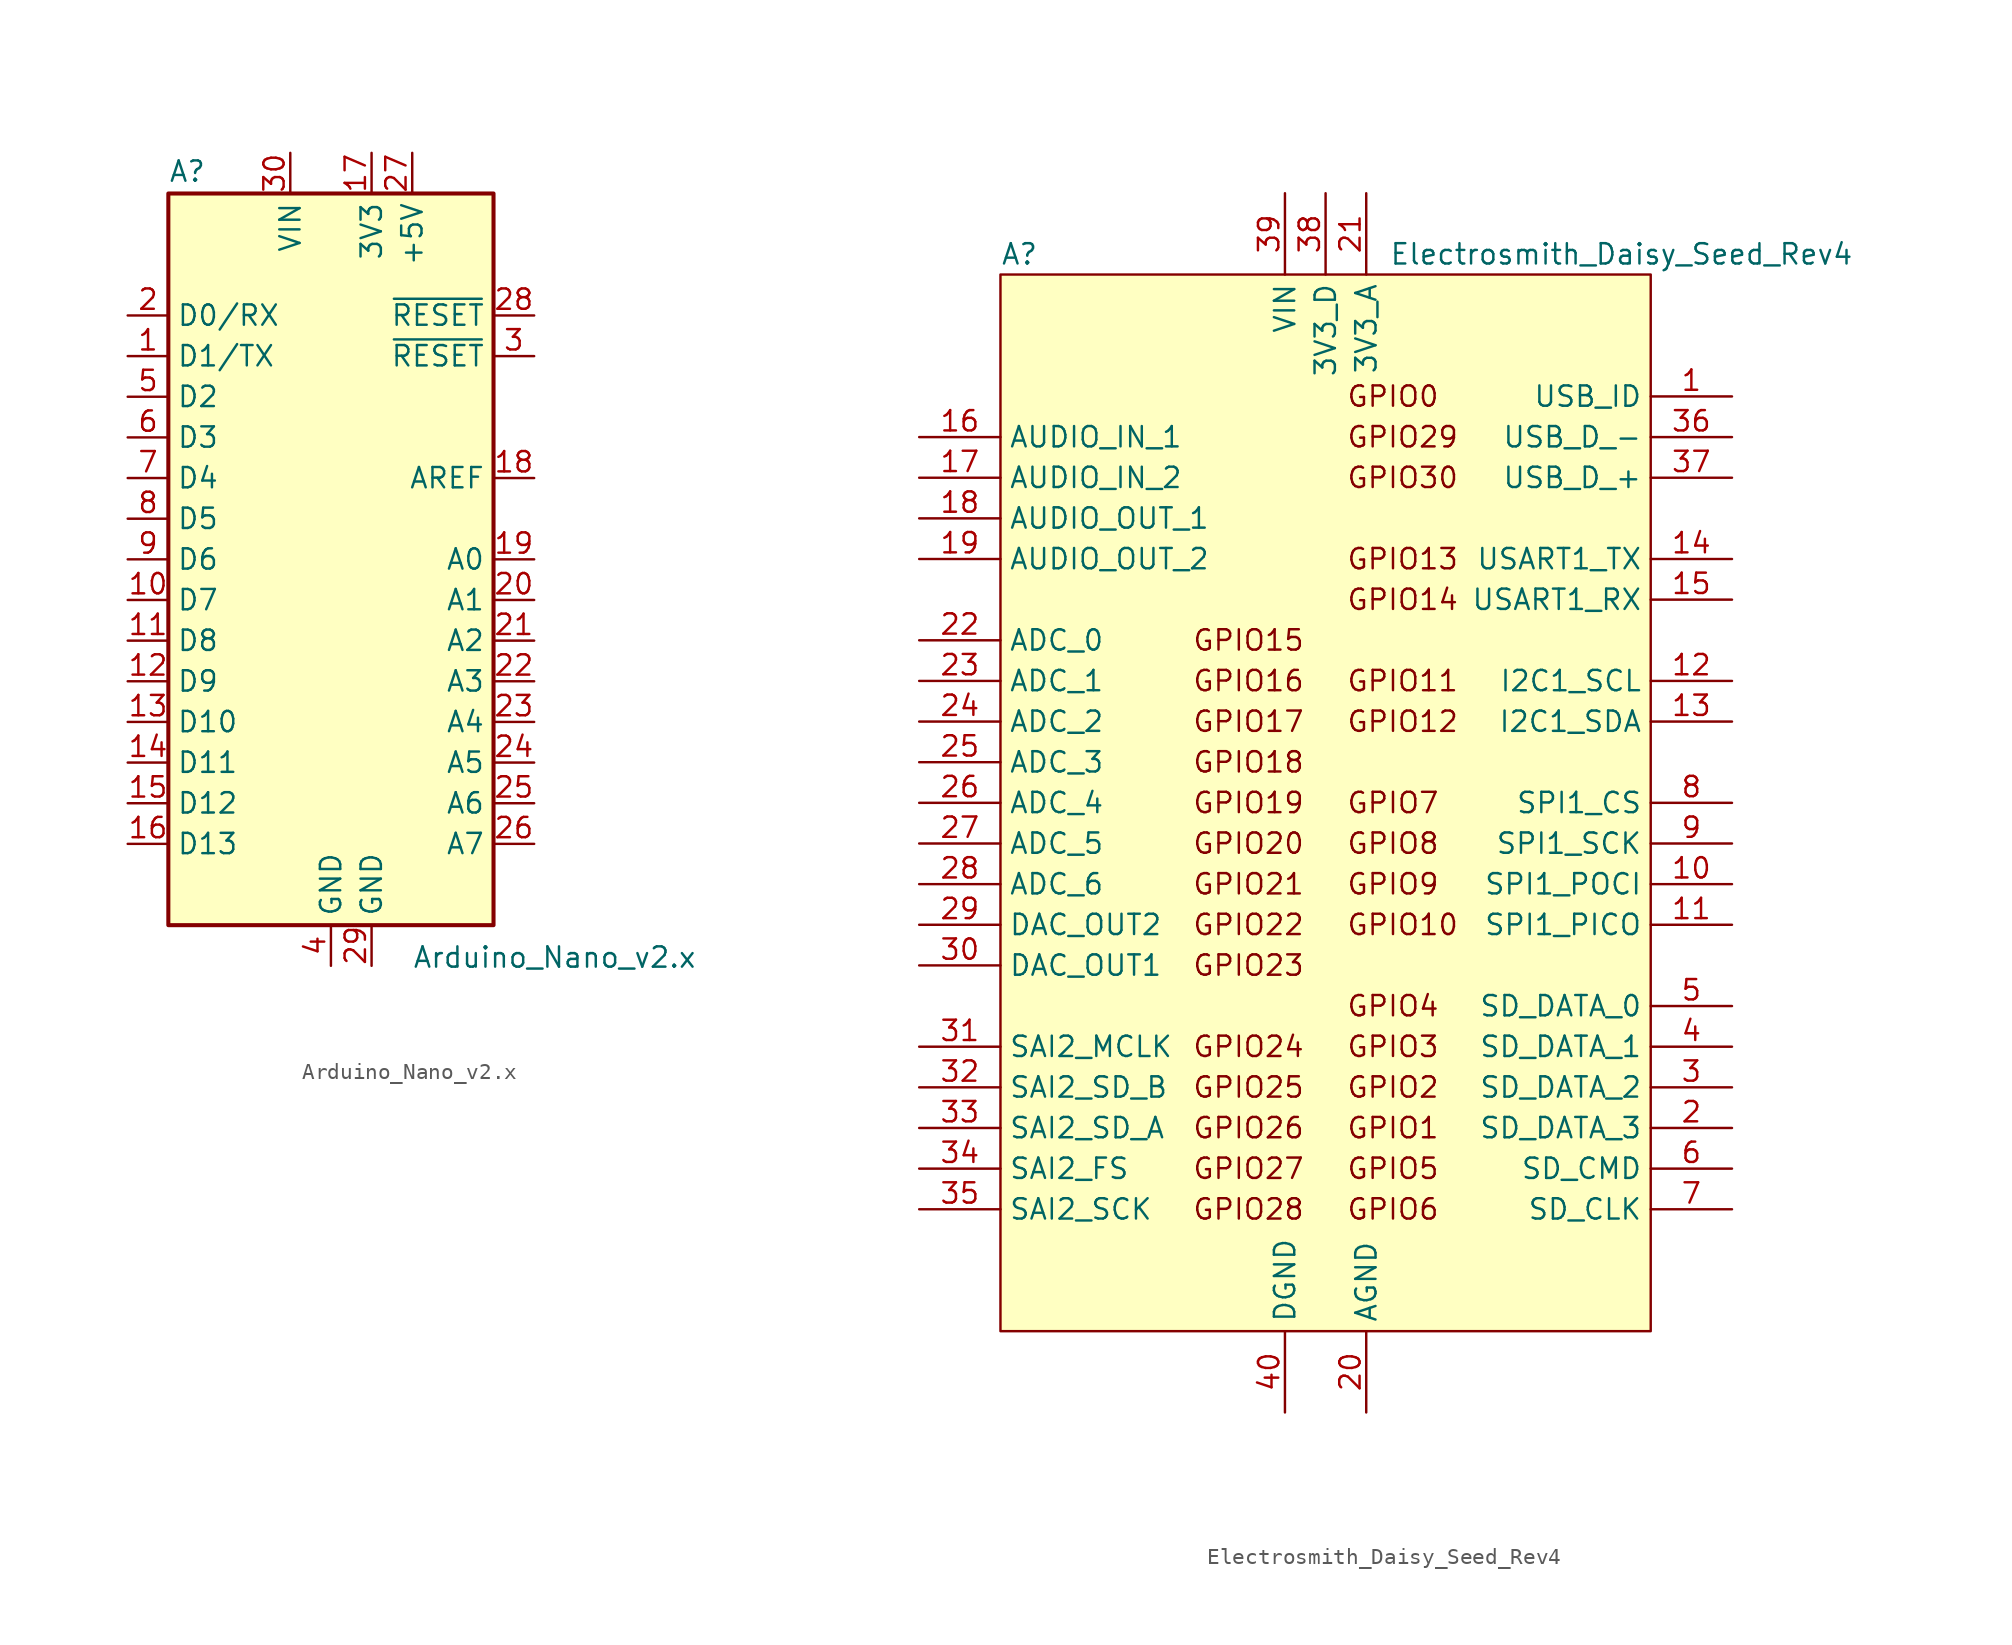
<source format=kicad_sym>
(kicad_symbol_lib
  (version 20241209)
  (generator "kicad_symbol_editor")
  (generator_version "9.0")
  (symbol "Arduino_Nano_v2.x"
    (property "Reference" "A"
      (at -10.16 23.495 0)
      (effects (font (size 1.27 1.27)) (justify left bottom)))
    (property "Value" "Arduino_Nano_v2.x"
      (at 5.08 -24.13 0)
      (effects (font (size 1.27 1.27)) (justify left top)))
    (symbol "Arduino_Nano_v2.x_0_1"
      (rectangle (start -10.16 22.86) (end 10.16 -22.86) (stroke (width 0.254) (type default)) (fill (type background))))
    (symbol "Arduino_Nano_v2.x_1_1"
      (pin bidirectional line (at -12.7 15.24 0) (length 2.54) (name "D0/RX" (effects (font (size 1.27 1.27)))) (number "2" (effects (font (size 1.27 1.27)))))
      (pin bidirectional line (at -12.7 12.7 0) (length 2.54) (name "D1/TX" (effects (font (size 1.27 1.27)))) (number "1" (effects (font (size 1.27 1.27)))))
      (pin bidirectional line (at -12.7 10.16 0) (length 2.54) (name "D2" (effects (font (size 1.27 1.27)))) (number "5" (effects (font (size 1.27 1.27)))))
      (pin bidirectional line (at -12.7 7.62 0) (length 2.54) (name "D3" (effects (font (size 1.27 1.27)))) (number "6" (effects (font (size 1.27 1.27)))))
      (pin bidirectional line (at -12.7 5.08 0) (length 2.54) (name "D4" (effects (font (size 1.27 1.27)))) (number "7" (effects (font (size 1.27 1.27)))))
      (pin bidirectional line (at -12.7 2.54 0) (length 2.54) (name "D5" (effects (font (size 1.27 1.27)))) (number "8" (effects (font (size 1.27 1.27)))))
      (pin bidirectional line (at -12.7 0 0) (length 2.54) (name "D6" (effects (font (size 1.27 1.27)))) (number "9" (effects (font (size 1.27 1.27)))))
      (pin bidirectional line (at -12.7 -2.54 0) (length 2.54) (name "D7" (effects (font (size 1.27 1.27)))) (number "10" (effects (font (size 1.27 1.27)))))
      (pin bidirectional line (at -12.7 -5.08 0) (length 2.54) (name "D8" (effects (font (size 1.27 1.27)))) (number "11" (effects (font (size 1.27 1.27)))))
      (pin bidirectional line (at -12.7 -7.62 0) (length 2.54) (name "D9" (effects (font (size 1.27 1.27)))) (number "12" (effects (font (size 1.27 1.27)))))
      (pin bidirectional line (at -12.7 -10.16 0) (length 2.54) (name "D10" (effects (font (size 1.27 1.27)))) (number "13" (effects (font (size 1.27 1.27)))))
      (pin bidirectional line (at -12.7 -12.7 0) (length 2.54) (name "D11" (effects (font (size 1.27 1.27)))) (number "14" (effects (font (size 1.27 1.27)))))
      (pin bidirectional line (at -12.7 -15.24 0) (length 2.54) (name "D12" (effects (font (size 1.27 1.27)))) (number "15" (effects (font (size 1.27 1.27)))))
      (pin bidirectional line (at -12.7 -17.78 0) (length 2.54) (name "D13" (effects (font (size 1.27 1.27)))) (number "16" (effects (font (size 1.27 1.27)))))
      (pin power_in line (at -2.54 25.4 270) (length 2.54) (name "VIN" (effects (font (size 1.27 1.27)))) (number "30" (effects (font (size 1.27 1.27)))))
      (pin power_in line (at 0 -25.4 90) (length 2.54) (name "GND" (effects (font (size 1.27 1.27)))) (number "4" (effects (font (size 1.27 1.27)))))
      (pin power_out line (at 2.54 25.4 270) (length 2.54) (name "3V3" (effects (font (size 1.27 1.27)))) (number "17" (effects (font (size 1.27 1.27)))))
      (pin power_in line (at 2.54 -25.4 90) (length 2.54) (name "GND" (effects (font (size 1.27 1.27)))) (number "29" (effects (font (size 1.27 1.27)))))
      (pin power_out line (at 5.08 25.4 270) (length 2.54) (name "+5V" (effects (font (size 1.27 1.27)))) (number "27" (effects (font (size 1.27 1.27)))))
      (pin input line (at 12.7 15.24 180) (length 2.54) (name "~{RESET}" (effects (font (size 1.27 1.27)))) (number "28" (effects (font (size 1.27 1.27)))))
      (pin input line (at 12.7 12.7 180) (length 2.54) (name "~{RESET}" (effects (font (size 1.27 1.27)))) (number "3" (effects (font (size 1.27 1.27)))))
      (pin input line (at 12.7 5.08 180) (length 2.54) (name "AREF" (effects (font (size 1.27 1.27)))) (number "18" (effects (font (size 1.27 1.27)))))
      (pin bidirectional line (at 12.7 0 180) (length 2.54) (name "A0" (effects (font (size 1.27 1.27)))) (number "19" (effects (font (size 1.27 1.27)))))
      (pin bidirectional line (at 12.7 -2.54 180) (length 2.54) (name "A1" (effects (font (size 1.27 1.27)))) (number "20" (effects (font (size 1.27 1.27)))))
      (pin bidirectional line (at 12.7 -5.08 180) (length 2.54) (name "A2" (effects (font (size 1.27 1.27)))) (number "21" (effects (font (size 1.27 1.27)))))
      (pin bidirectional line (at 12.7 -7.62 180) (length 2.54) (name "A3" (effects (font (size 1.27 1.27)))) (number "22" (effects (font (size 1.27 1.27)))))
      (pin bidirectional line (at 12.7 -10.16 180) (length 2.54) (name "A4" (effects (font (size 1.27 1.27)))) (number "23" (effects (font (size 1.27 1.27)))))
      (pin bidirectional line (at 12.7 -12.7 180) (length 2.54) (name "A5" (effects (font (size 1.27 1.27)))) (number "24" (effects (font (size 1.27 1.27)))))
      (pin bidirectional line (at 12.7 -15.24 180) (length 2.54) (name "A6" (effects (font (size 1.27 1.27)))) (number "25" (effects (font (size 1.27 1.27)))))
      (pin bidirectional line (at 12.7 -17.78 180) (length 2.54) (name "A7" (effects (font (size 1.27 1.27)))) (number "26" (effects (font (size 1.27 1.27)))))))
  (symbol "Electrosmith_Daisy_Seed_Rev4"
    (property "Reference" "A"
      (at -20.32 34.29 0)
      (effects (font (size 1.27 1.27)) (justify left)))
    (property "Value" "Electrosmith_Daisy_Seed_Rev4"
      (at 33.02 34.29 0)
      (effects (font (size 1.27 1.27)) (justify right)))
    (symbol "Electrosmith_Daisy_Seed_Rev4_0_0"
      (text "GPIO15" (at -1.27 10.16 0) (effects (font (size 1.27 1.27)) (justify right)))
      (text "GPIO16" (at -1.27 7.62 0) (effects (font (size 1.27 1.27)) (justify right)))
      (text "GPIO17" (at -1.27 5.08 0) (effects (font (size 1.27 1.27)) (justify right)))
      (text "GPIO18" (at -1.27 2.54 0) (effects (font (size 1.27 1.27)) (justify right)))
      (text "GPIO19" (at -1.27 0 0) (effects (font (size 1.27 1.27)) (justify right)))
      (text "GPIO20" (at -1.27 -2.54 0) (effects (font (size 1.27 1.27)) (justify right)))
      (text "GPIO21" (at -1.27 -5.08 0) (effects (font (size 1.27 1.27)) (justify right)))
      (text "GPIO22" (at -1.27 -7.62 0) (effects (font (size 1.27 1.27)) (justify right)))
      (text "GPIO23" (at -1.27 -10.16 0) (effects (font (size 1.27 1.27)) (justify right)))
      (text "GPIO24" (at -1.27 -15.24 0) (effects (font (size 1.27 1.27)) (justify right)))
      (text "GPIO25" (at -1.27 -17.78 0) (effects (font (size 1.27 1.27)) (justify right)))
      (text "GPIO26" (at -1.27 -20.32 0) (effects (font (size 1.27 1.27)) (justify right)))
      (text "GPIO27" (at -1.27 -22.86 0) (effects (font (size 1.27 1.27)) (justify right)))
      (text "GPIO28" (at -1.27 -25.4 0) (effects (font (size 1.27 1.27)) (justify right)))
      (text "GPIO0" (at 1.27 25.4 0) (effects (font (size 1.27 1.27)) (justify left)))
      (text "GPIO29" (at 1.27 22.86 0) (effects (font (size 1.27 1.27)) (justify left)))
      (text "GPIO30" (at 1.27 20.32 0) (effects (font (size 1.27 1.27)) (justify left)))
      (text "GPIO13" (at 1.27 15.24 0) (effects (font (size 1.27 1.27)) (justify left)))
      (text "GPIO14" (at 1.27 12.7 0) (effects (font (size 1.27 1.27)) (justify left)))
      (text "GPIO11" (at 1.27 7.62 0) (effects (font (size 1.27 1.27)) (justify left)))
      (text "GPIO12" (at 1.27 5.08 0) (effects (font (size 1.27 1.27)) (justify left)))
      (text "GPIO7" (at 1.27 0 0) (effects (font (size 1.27 1.27)) (justify left)))
      (text "GPIO8" (at 1.27 -2.54 0) (effects (font (size 1.27 1.27)) (justify left)))
      (text "GPIO9" (at 1.27 -5.08 0) (effects (font (size 1.27 1.27)) (justify left)))
      (text "GPIO10" (at 1.27 -7.62 0) (effects (font (size 1.27 1.27)) (justify left)))
      (text "GPIO4" (at 1.27 -12.7 0) (effects (font (size 1.27 1.27)) (justify left)))
      (text "GPIO3" (at 1.27 -15.24 0) (effects (font (size 1.27 1.27)) (justify left)))
      (text "GPIO2" (at 1.27 -17.78 0) (effects (font (size 1.27 1.27)) (justify left)))
      (text "GPIO1" (at 1.27 -20.32 0) (effects (font (size 1.27 1.27)) (justify left)))
      (text "GPIO5" (at 1.27 -22.86 0) (effects (font (size 1.27 1.27)) (justify left)))
      (text "GPIO6" (at 1.27 -25.4 0) (effects (font (size 1.27 1.27)) (justify left)))
      (pin input line (at -25.4 22.86 0) (length 5.08) (name "AUDIO_IN_1" (effects (font (size 1.27 1.27)))) (number "16" (effects (font (size 1.27 1.27)))))
      (pin input line (at -25.4 20.32 0) (length 5.08) (name "AUDIO_IN_2" (effects (font (size 1.27 1.27)))) (number "17" (effects (font (size 1.27 1.27)))))
      (pin output line (at -25.4 17.78 0) (length 5.08) (name "AUDIO_OUT_1" (effects (font (size 1.27 1.27)))) (number "18" (effects (font (size 1.27 1.27)))))
      (pin output line (at -25.4 15.24 0) (length 5.08) (name "AUDIO_OUT_2" (effects (font (size 1.27 1.27)))) (number "19" (effects (font (size 1.27 1.27)))))
      (pin bidirectional line (at -25.4 10.16 0) (length 5.08) (name "ADC_0" (effects (font (size 1.27 1.27)))) (number "22" (effects (font (size 1.27 1.27)))))
      (pin bidirectional line (at -25.4 7.62 0) (length 5.08) (name "ADC_1" (effects (font (size 1.27 1.27)))) (number "23" (effects (font (size 1.27 1.27)))))
      (pin bidirectional line (at -25.4 5.08 0) (length 5.08) (name "ADC_2" (effects (font (size 1.27 1.27)))) (number "24" (effects (font (size 1.27 1.27)))))
      (pin bidirectional line (at -25.4 2.54 0) (length 5.08) (name "ADC_3" (effects (font (size 1.27 1.27)))) (number "25" (effects (font (size 1.27 1.27)))))
      (pin bidirectional line (at -25.4 0 0) (length 5.08) (name "ADC_4" (effects (font (size 1.27 1.27)))) (number "26" (effects (font (size 1.27 1.27)))))
      (pin bidirectional line (at -25.4 -2.54 0) (length 5.08) (name "ADC_5" (effects (font (size 1.27 1.27)))) (number "27" (effects (font (size 1.27 1.27)))))
      (pin bidirectional line (at -25.4 -5.08 0) (length 5.08) (name "ADC_6" (effects (font (size 1.27 1.27)))) (number "28" (effects (font (size 1.27 1.27)))))
      (pin bidirectional line (at -25.4 -7.62 0) (length 5.08) (name "DAC_OUT2" (effects (font (size 1.27 1.27)))) (number "29" (effects (font (size 1.27 1.27)))))
      (pin bidirectional line (at -25.4 -10.16 0) (length 5.08) (name "DAC_OUT1" (effects (font (size 1.27 1.27)))) (number "30" (effects (font (size 1.27 1.27)))))
      (pin bidirectional line (at -25.4 -15.24 0) (length 5.08) (name "SAI2_MCLK" (effects (font (size 1.27 1.27)))) (number "31" (effects (font (size 1.27 1.27)))))
      (pin bidirectional line (at -25.4 -17.78 0) (length 5.08) (name "SAI2_SD_B" (effects (font (size 1.27 1.27)))) (number "32" (effects (font (size 1.27 1.27)))))
      (pin bidirectional line (at -25.4 -20.32 0) (length 5.08) (name "SAI2_SD_A" (effects (font (size 1.27 1.27)))) (number "33" (effects (font (size 1.27 1.27)))))
      (pin bidirectional line (at -25.4 -22.86 0) (length 5.08) (name "SAI2_FS" (effects (font (size 1.27 1.27)))) (number "34" (effects (font (size 1.27 1.27)))))
      (pin bidirectional line (at -25.4 -25.4 0) (length 5.08) (name "SAI2_SCK" (effects (font (size 1.27 1.27)))) (number "35" (effects (font (size 1.27 1.27)))))
      (pin power_in line (at -2.54 38.1 270) (length 5.08) (name "VIN" (effects (font (size 1.27 1.27)))) (number "39" (effects (font (size 1.27 1.27)))))
      (pin power_in line (at -2.54 -38.1 90) (length 5.08) (name "DGND" (effects (font (size 1.27 1.27)))) (number "40" (effects (font (size 1.27 1.27)))))
      (pin power_out line (at 0 38.1 270) (length 5.08) (name "3V3_D" (effects (font (size 1.27 1.27)))) (number "38" (effects (font (size 1.27 1.27)))))
      (pin power_out line (at 2.54 38.1 270) (length 5.08) (name "3V3_A" (effects (font (size 1.27 1.27)))) (number "21" (effects (font (size 1.27 1.27)))))
      (pin power_in line (at 2.54 -38.1 90) (length 5.08) (name "AGND" (effects (font (size 1.27 1.27)))) (number "20" (effects (font (size 1.27 1.27)))))
      (pin bidirectional line (at 25.4 25.4 180) (length 5.08) (name "USB_ID" (effects (font (size 1.27 1.27)))) (number "1" (effects (font (size 1.27 1.27)))))
      (pin bidirectional line (at 25.4 22.86 180) (length 5.08) (name "USB_D_-" (effects (font (size 1.27 1.27)))) (number "36" (effects (font (size 1.27 1.27)))))
      (pin bidirectional line (at 25.4 20.32 180) (length 5.08) (name "USB_D_+" (effects (font (size 1.27 1.27)))) (number "37" (effects (font (size 1.27 1.27)))))
      (pin bidirectional line (at 25.4 15.24 180) (length 5.08) (name "USART1_TX" (effects (font (size 1.27 1.27)))) (number "14" (effects (font (size 1.27 1.27)))))
      (pin bidirectional line (at 25.4 12.7 180) (length 5.08) (name "USART1_RX" (effects (font (size 1.27 1.27)))) (number "15" (effects (font (size 1.27 1.27)))))
      (pin bidirectional line (at 25.4 7.62 180) (length 5.08) (name "I2C1_SCL" (effects (font (size 1.27 1.27)))) (number "12" (effects (font (size 1.27 1.27)))))
      (pin bidirectional line (at 25.4 5.08 180) (length 5.08) (name "I2C1_SDA" (effects (font (size 1.27 1.27)))) (number "13" (effects (font (size 1.27 1.27)))))
      (pin bidirectional line (at 25.4 0 180) (length 5.08) (name "SPI1_CS" (effects (font (size 1.27 1.27)))) (number "8" (effects (font (size 1.27 1.27)))))
      (pin bidirectional line (at 25.4 -2.54 180) (length 5.08) (name "SPI1_SCK" (effects (font (size 1.27 1.27)))) (number "9" (effects (font (size 1.27 1.27)))))
      (pin bidirectional line (at 25.4 -5.08 180) (length 5.08) (name "SPI1_POCI" (effects (font (size 1.27 1.27)))) (number "10" (effects (font (size 1.27 1.27)))))
      (pin bidirectional line (at 25.4 -7.62 180) (length 5.08) (name "SPI1_PICO" (effects (font (size 1.27 1.27)))) (number "11" (effects (font (size 1.27 1.27)))))
      (pin bidirectional line (at 25.4 -12.7 180) (length 5.08) (name "SD_DATA_0" (effects (font (size 1.27 1.27)))) (number "5" (effects (font (size 1.27 1.27)))))
      (pin bidirectional line (at 25.4 -15.24 180) (length 5.08) (name "SD_DATA_1" (effects (font (size 1.27 1.27)))) (number "4" (effects (font (size 1.27 1.27)))))
      (pin bidirectional line (at 25.4 -17.78 180) (length 5.08) (name "SD_DATA_2" (effects (font (size 1.27 1.27)))) (number "3" (effects (font (size 1.27 1.27)))))
      (pin bidirectional line (at 25.4 -20.32 180) (length 5.08) (name "SD_DATA_3" (effects (font (size 1.27 1.27)))) (number "2" (effects (font (size 1.27 1.27)))))
      (pin bidirectional line (at 25.4 -22.86 180) (length 5.08) (name "SD_CMD" (effects (font (size 1.27 1.27)))) (number "6" (effects (font (size 1.27 1.27)))))
      (pin bidirectional line (at 25.4 -25.4 180) (length 5.08) (name "SD_CLK" (effects (font (size 1.27 1.27)))) (number "7" (effects (font (size 1.27 1.27))))))
    (symbol "Electrosmith_Daisy_Seed_Rev4_0_1"
      (rectangle (start -20.32 33.02) (end 20.32 -33.02) (stroke (width 0) (type default)) (fill (type background))))))
</source>
